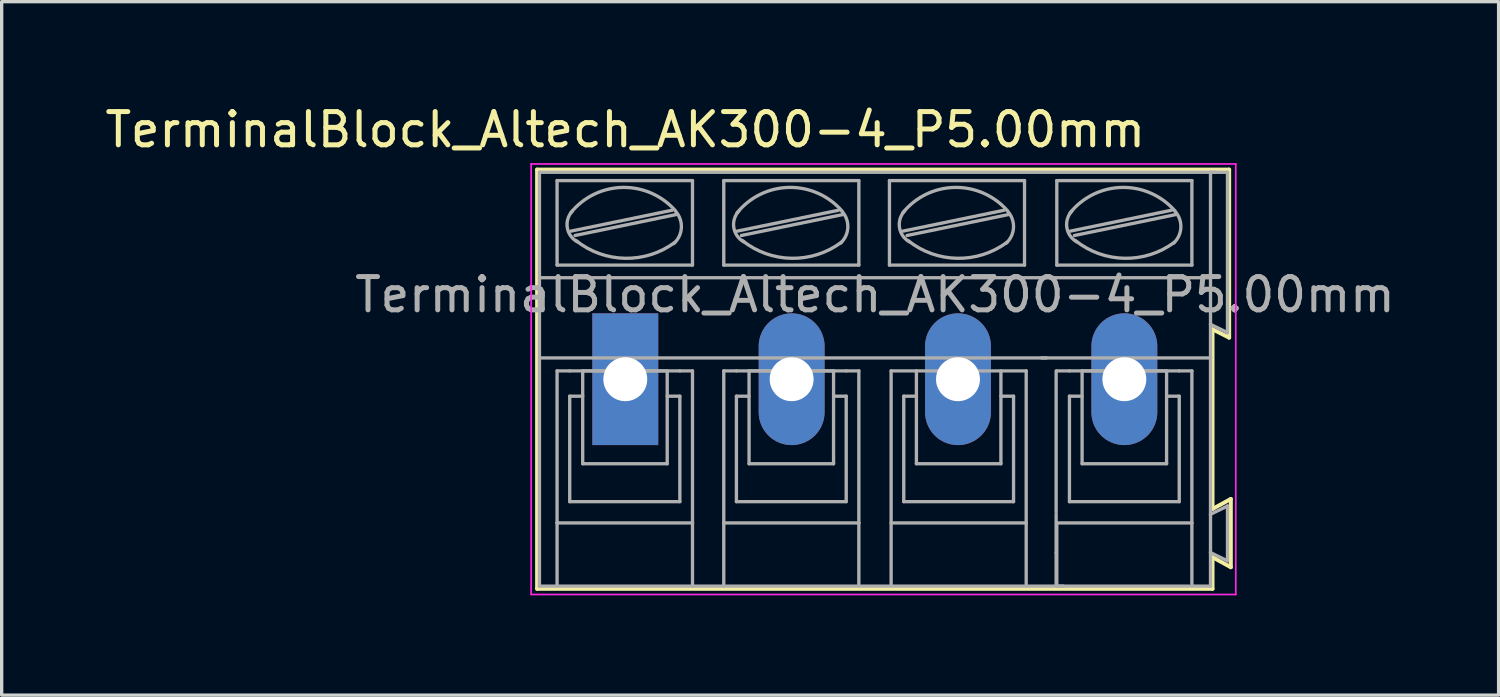
<source format=kicad_pcb>
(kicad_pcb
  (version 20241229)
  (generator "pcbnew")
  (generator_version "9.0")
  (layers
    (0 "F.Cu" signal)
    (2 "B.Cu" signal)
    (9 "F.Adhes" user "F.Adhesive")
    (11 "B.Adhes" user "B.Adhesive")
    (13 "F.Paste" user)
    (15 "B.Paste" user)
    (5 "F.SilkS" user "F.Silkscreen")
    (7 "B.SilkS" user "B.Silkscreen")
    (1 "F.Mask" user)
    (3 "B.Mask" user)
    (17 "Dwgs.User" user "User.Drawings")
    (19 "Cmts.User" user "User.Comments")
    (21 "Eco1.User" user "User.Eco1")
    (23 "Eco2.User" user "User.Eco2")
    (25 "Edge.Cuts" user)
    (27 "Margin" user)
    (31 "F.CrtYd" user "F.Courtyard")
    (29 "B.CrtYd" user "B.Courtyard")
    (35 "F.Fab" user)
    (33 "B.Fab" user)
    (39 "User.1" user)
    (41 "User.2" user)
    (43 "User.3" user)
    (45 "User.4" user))
  (footprint "TerminalBlock_Altech_AK300-4_P5.00mm"
    (layer "F.Cu")
    (at 15.744 8.348)
    (property "Reference" "TerminalBlock_Altech_AK300-4_P5.00mm" (at 0 -7.5 0) (layer "F.SilkS") (effects (font (size 1 1) (thickness 0.15))))
    (attr through_hole)
    (fp_line (start -2.65 -6.3) (end 18.15 -6.3) (stroke (width 0.12) (type solid)) (layer "F.SilkS"))
    (fp_line (start -2.65 6.3) (end -2.65 -6.3) (stroke (width 0.12) (type solid)) (layer "F.SilkS"))
    (fp_line (start 17.65 -1.5) (end 17.65 3.9) (stroke (width 0.12) (type solid)) (layer "F.SilkS"))
    (fp_line (start 17.65 3.9) (end 18.2 3.6) (stroke (width 0.12) (type solid)) (layer "F.SilkS"))
    (fp_line (start 17.65 5.35) (end 17.65 6.3) (stroke (width 0.12) (type solid)) (layer "F.SilkS"))
    (fp_line (start 17.65 6.3) (end -2.65 6.3) (stroke (width 0.12) (type solid)) (layer "F.SilkS"))
    (fp_line (start 18.15 -6.3) (end 18.15 -1.25) (stroke (width 0.12) (type solid)) (layer "F.SilkS"))
    (fp_line (start 18.15 -1.25) (end 17.65 -1.5) (stroke (width 0.12) (type solid)) (layer "F.SilkS"))
    (fp_line (start 18.2 3.6) (end 18.2 5.65) (stroke (width 0.12) (type solid)) (layer "F.SilkS"))
    (fp_line (start 18.2 5.65) (end 17.65 5.35) (stroke (width 0.12) (type solid)) (layer "F.SilkS"))
    (fp_line (start -2.83 -6.47) (end -2.83 6.47) (stroke (width 0.05) (type solid)) (layer "F.CrtYd"))
    (fp_line (start -2.83 -6.47) (end 18.35 -6.47) (stroke (width 0.05) (type solid)) (layer "F.CrtYd"))
    (fp_line (start 18.35 6.47) (end -2.83 6.47) (stroke (width 0.05) (type solid)) (layer "F.CrtYd"))
    (fp_line (start 18.35 6.47) (end 18.35 -6.47) (stroke (width 0.05) (type solid)) (layer "F.CrtYd"))
    (fp_line (start -2.58 -3.17) (end -2.58 -6.22) (stroke (width 0.1) (type solid)) (layer "F.Fab"))
    (fp_line (start -2.58 -0.64) (end -2.58 -3.17) (stroke (width 0.1) (type solid)) (layer "F.Fab"))
    (fp_line (start -2.58 6.22) (end -2.58 -0.64) (stroke (width 0.1) (type solid)) (layer "F.Fab"))
    (fp_line (start -2.58 6.22) (end -2.05 6.22) (stroke (width 0.1) (type solid)) (layer "F.Fab"))
    (fp_line (start -2.05 -3.43) (end -2.05 -5.97) (stroke (width 0.1) (type solid)) (layer "F.Fab"))
    (fp_line (start -2.05 -0.25) (end -2.05 4.32) (stroke (width 0.1) (type solid)) (layer "F.Fab"))
    (fp_line (start -2.05 -0.25) (end -1.67 -0.25) (stroke (width 0.1) (type solid)) (layer "F.Fab"))
    (fp_line (start -2.05 4.32) (end -2.05 6.22) (stroke (width 0.1) (type solid)) (layer "F.Fab"))
    (fp_line (start -2.05 6.22) (end 2.02 6.22) (stroke (width 0.1) (type solid)) (layer "F.Fab"))
    (fp_line (start -1.67 0.51) (end -1.28 0.51) (stroke (width 0.1) (type solid)) (layer "F.Fab"))
    (fp_line (start -1.67 3.68) (end -1.67 0.51) (stroke (width 0.1) (type solid)) (layer "F.Fab"))
    (fp_line (start -1.64 -4.45) (end 1.41 -5.08) (stroke (width 0.1) (type solid)) (layer "F.Fab"))
    (fp_line (start -1.51 -4.32) (end 1.53 -4.95) (stroke (width 0.1) (type solid)) (layer "F.Fab"))
    (fp_line (start -1.28 -0.25) (end 1.26 -0.25) (stroke (width 0.1) (type solid)) (layer "F.Fab"))
    (fp_line (start -1.28 2.54) (end -1.28 -0.25) (stroke (width 0.1) (type solid)) (layer "F.Fab"))
    (fp_line (start -1.28 2.54) (end 1.26 2.54) (stroke (width 0.1) (type solid)) (layer "F.Fab"))
    (fp_line (start 1.26 2.54) (end 1.26 -0.25) (stroke (width 0.1) (type solid)) (layer "F.Fab"))
    (fp_line (start 1.64 -0.25) (end -1.67 -0.25) (stroke (width 0.1) (type solid)) (layer "F.Fab"))
    (fp_line (start 1.64 0.51) (end 1.26 0.51) (stroke (width 0.1) (type solid)) (layer "F.Fab"))
    (fp_line (start 1.64 3.68) (end -1.67 3.68) (stroke (width 0.1) (type solid)) (layer "F.Fab"))
    (fp_line (start 1.64 3.68) (end 1.64 0.51) (stroke (width 0.1) (type solid)) (layer "F.Fab"))
    (fp_line (start 2.02 -5.97) (end -2.05 -5.97) (stroke (width 0.1) (type solid)) (layer "F.Fab"))
    (fp_line (start 2.02 -3.43) (end -2.05 -3.43) (stroke (width 0.1) (type solid)) (layer "F.Fab"))
    (fp_line (start 2.02 -3.43) (end 2.02 -5.97) (stroke (width 0.1) (type solid)) (layer "F.Fab"))
    (fp_line (start 2.02 -0.25) (end 1.64 -0.25) (stroke (width 0.1) (type solid)) (layer "F.Fab"))
    (fp_line (start 2.02 4.32) (end -2.05 4.32) (stroke (width 0.1) (type solid)) (layer "F.Fab"))
    (fp_line (start 2.02 4.32) (end 2.02 -0.25) (stroke (width 0.1) (type solid)) (layer "F.Fab"))
    (fp_line (start 2.02 6.22) (end 2.02 4.32) (stroke (width 0.1) (type solid)) (layer "F.Fab"))
    (fp_line (start 2.02 6.22) (end 2.96 6.22) (stroke (width 0.1) (type solid)) (layer "F.Fab"))
    (fp_line (start 2.96 -5.97) (end 7.02 -5.97) (stroke (width 0.1) (type solid)) (layer "F.Fab"))
    (fp_line (start 2.96 -3.43) (end 2.96 -5.97) (stroke (width 0.1) (type solid)) (layer "F.Fab"))
    (fp_line (start 2.96 -0.25) (end 3.34 -0.25) (stroke (width 0.1) (type solid)) (layer "F.Fab"))
    (fp_line (start 2.96 4.32) (end 2.96 -0.25) (stroke (width 0.1) (type solid)) (layer "F.Fab"))
    (fp_line (start 2.96 4.32) (end 7.02 4.32) (stroke (width 0.1) (type solid)) (layer "F.Fab"))
    (fp_line (start 2.96 6.22) (end 2.96 4.32) (stroke (width 0.1) (type solid)) (layer "F.Fab"))
    (fp_line (start 2.96 6.22) (end 7.02 6.22) (stroke (width 0.1) (type solid)) (layer "F.Fab"))
    (fp_line (start 3.34 -0.25) (end 6.64 -0.25) (stroke (width 0.1) (type solid)) (layer "F.Fab"))
    (fp_line (start 3.34 0.51) (end 3.72 0.51) (stroke (width 0.1) (type solid)) (layer "F.Fab"))
    (fp_line (start 3.34 3.68) (end 3.34 0.51) (stroke (width 0.1) (type solid)) (layer "F.Fab"))
    (fp_line (start 3.36 -4.45) (end 6.41 -5.08) (stroke (width 0.1) (type solid)) (layer "F.Fab"))
    (fp_line (start 3.49 -4.32) (end 6.54 -4.95) (stroke (width 0.1) (type solid)) (layer "F.Fab"))
    (fp_line (start 3.72 -0.25) (end 6.26 -0.25) (stroke (width 0.1) (type solid)) (layer "F.Fab"))
    (fp_line (start 3.72 2.54) (end 3.72 -0.25) (stroke (width 0.1) (type solid)) (layer "F.Fab"))
    (fp_line (start 3.72 2.54) (end 6.26 2.54) (stroke (width 0.1) (type solid)) (layer "F.Fab"))
    (fp_line (start 6.26 2.54) (end 6.26 -0.25) (stroke (width 0.1) (type solid)) (layer "F.Fab"))
    (fp_line (start 6.64 0.51) (end 6.26 0.51) (stroke (width 0.1) (type solid)) (layer "F.Fab"))
    (fp_line (start 6.64 3.68) (end 3.34 3.68) (stroke (width 0.1) (type solid)) (layer "F.Fab"))
    (fp_line (start 6.64 3.68) (end 6.64 0.51) (stroke (width 0.1) (type solid)) (layer "F.Fab"))
    (fp_line (start 7.02 -5.97) (end 7.02 -3.43) (stroke (width 0.1) (type solid)) (layer "F.Fab"))
    (fp_line (start 7.02 -3.43) (end 2.96 -3.43) (stroke (width 0.1) (type solid)) (layer "F.Fab"))
    (fp_line (start 7.02 -0.25) (end 6.64 -0.25) (stroke (width 0.1) (type solid)) (layer "F.Fab"))
    (fp_line (start 7.02 -0.25) (end 7.02 4.32) (stroke (width 0.1) (type solid)) (layer "F.Fab"))
    (fp_line (start 7.02 4.32) (end 7.02 6.22) (stroke (width 0.1) (type solid)) (layer "F.Fab"))
    (fp_line (start 7.94 -5.97) (end 12 -5.97) (stroke (width 0.1) (type solid)) (layer "F.Fab"))
    (fp_line (start 7.94 -3.43) (end 7.94 -5.97) (stroke (width 0.1) (type solid)) (layer "F.Fab"))
    (fp_line (start 7.99 -0.25) (end 12.05 -0.25) (stroke (width 0.1) (type solid)) (layer "F.Fab"))
    (fp_line (start 7.99 4.32) (end 12.05 4.32) (stroke (width 0.1) (type solid)) (layer "F.Fab"))
    (fp_line (start 7.99 6.22) (end 7.99 -0.25) (stroke (width 0.1) (type solid)) (layer "F.Fab"))
    (fp_line (start 8.34 -4.45) (end 11.39 -5.08) (stroke (width 0.1) (type solid)) (layer "F.Fab"))
    (fp_line (start 8.37 0.51) (end 8.37 3.68) (stroke (width 0.1) (type solid)) (layer "F.Fab"))
    (fp_line (start 8.37 0.51) (end 8.75 0.51) (stroke (width 0.1) (type solid)) (layer "F.Fab"))
    (fp_line (start 8.37 3.68) (end 11.67 3.68) (stroke (width 0.1) (type solid)) (layer "F.Fab"))
    (fp_line (start 8.47 -4.32) (end 11.52 -4.95) (stroke (width 0.1) (type solid)) (layer "F.Fab"))
    (fp_line (start 8.75 -0.25) (end 8.75 2.54) (stroke (width 0.1) (type solid)) (layer "F.Fab"))
    (fp_line (start 8.75 2.54) (end 11.29 2.54) (stroke (width 0.1) (type solid)) (layer "F.Fab"))
    (fp_line (start 11.29 2.54) (end 11.29 -0.25) (stroke (width 0.1) (type solid)) (layer "F.Fab"))
    (fp_line (start 11.67 0.51) (end 11.29 0.51) (stroke (width 0.1) (type solid)) (layer "F.Fab"))
    (fp_line (start 11.67 3.68) (end 11.67 0.51) (stroke (width 0.1) (type solid)) (layer "F.Fab"))
    (fp_line (start 12 -5.97) (end 12 -3.43) (stroke (width 0.1) (type solid)) (layer "F.Fab"))
    (fp_line (start 12 -3.43) (end 7.94 -3.43) (stroke (width 0.1) (type solid)) (layer "F.Fab"))
    (fp_line (start 12.05 6.22) (end 12.05 -0.25) (stroke (width 0.1) (type solid)) (layer "F.Fab"))
    (fp_line (start 12.51 -0.64) (end 17.59 -0.64) (stroke (width 0.1) (type solid)) (layer "F.Fab"))
    (fp_line (start 12.66 -0.64) (end -2.52 -0.64) (stroke (width 0.1) (type solid)) (layer "F.Fab"))
    (fp_line (start 12.95 4) (end 12.95 -0.25) (stroke (width 0.1) (type solid)) (layer "F.Fab"))
    (fp_line (start 12.95 4.06) (end 12.95 5.21) (stroke (width 0.1) (type solid)) (layer "F.Fab"))
    (fp_line (start 12.95 5.21) (end 12.95 6.22) (stroke (width 0.1) (type solid)) (layer "F.Fab"))
    (fp_line (start 12.97 -5.97) (end 17.03 -5.97) (stroke (width 0.1) (type solid)) (layer "F.Fab"))
    (fp_line (start 12.97 -3.43) (end 12.97 -5.97) (stroke (width 0.1) (type solid)) (layer "F.Fab"))
    (fp_line (start 12.97 -0.25) (end 13.35 -0.25) (stroke (width 0.1) (type solid)) (layer "F.Fab"))
    (fp_line (start 12.97 4.32) (end 17.03 4.32) (stroke (width 0.1) (type solid)) (layer "F.Fab"))
    (fp_line (start 12.97 6.22) (end 12.97 4.32) (stroke (width 0.1) (type solid)) (layer "F.Fab"))
    (fp_line (start 13.17 6.22) (end 7.07 6.22) (stroke (width 0.1) (type solid)) (layer "F.Fab"))
    (fp_line (start 13.35 -0.25) (end 16.65 -0.25) (stroke (width 0.1) (type solid)) (layer "F.Fab"))
    (fp_line (start 13.35 0.51) (end 13.73 0.51) (stroke (width 0.1) (type solid)) (layer "F.Fab"))
    (fp_line (start 13.35 3.68) (end 13.35 0.51) (stroke (width 0.1) (type solid)) (layer "F.Fab"))
    (fp_line (start 13.37 -4.45) (end 16.42 -5.08) (stroke (width 0.1) (type solid)) (layer "F.Fab"))
    (fp_line (start 13.5 -4.32) (end 16.55 -4.95) (stroke (width 0.1) (type solid)) (layer "F.Fab"))
    (fp_line (start 13.73 -0.25) (end 16.27 -0.25) (stroke (width 0.1) (type solid)) (layer "F.Fab"))
    (fp_line (start 13.73 2.54) (end 13.73 -0.25) (stroke (width 0.1) (type solid)) (layer "F.Fab"))
    (fp_line (start 13.73 2.54) (end 16.27 2.54) (stroke (width 0.1) (type solid)) (layer "F.Fab"))
    (fp_line (start 16.27 2.54) (end 16.27 -0.25) (stroke (width 0.1) (type solid)) (layer "F.Fab"))
    (fp_line (start 16.65 0.51) (end 16.27 0.51) (stroke (width 0.1) (type solid)) (layer "F.Fab"))
    (fp_line (start 16.65 3.68) (end 13.35 3.68) (stroke (width 0.1) (type solid)) (layer "F.Fab"))
    (fp_line (start 16.65 3.68) (end 16.65 0.51) (stroke (width 0.1) (type solid)) (layer "F.Fab"))
    (fp_line (start 16.95 6.22) (end 13.02 6.22) (stroke (width 0.1) (type solid)) (layer "F.Fab"))
    (fp_line (start 17.03 -5.97) (end 17.03 -3.43) (stroke (width 0.1) (type solid)) (layer "F.Fab"))
    (fp_line (start 17.03 -3.43) (end 12.97 -3.43) (stroke (width 0.1) (type solid)) (layer "F.Fab"))
    (fp_line (start 17.03 -0.25) (end 16.65 -0.25) (stroke (width 0.1) (type solid)) (layer "F.Fab"))
    (fp_line (start 17.03 -0.25) (end 17.03 4.32) (stroke (width 0.1) (type solid)) (layer "F.Fab"))
    (fp_line (start 17.03 4.32) (end 17.03 6.22) (stroke (width 0.1) (type solid)) (layer "F.Fab"))
    (fp_line (start 17.03 6.22) (end 17.59 6.22) (stroke (width 0.1) (type solid)) (layer "F.Fab"))
    (fp_line (start 17.59 -6.22) (end 17.59 -3.17) (stroke (width 0.1) (type solid)) (layer "F.Fab"))
    (fp_line (start 17.59 -6.22) (end 18.1 -6.22) (stroke (width 0.1) (type solid)) (layer "F.Fab"))
    (fp_line (start 17.59 -3.17) (end 17.59 -1.65) (stroke (width 0.1) (type solid)) (layer "F.Fab"))
    (fp_line (start 17.59 -3.05) (end -2.58 -3.05) (stroke (width 0.1) (type solid)) (layer "F.Fab"))
    (fp_line (start 17.59 -1.65) (end 17.59 -0.64) (stroke (width 0.1) (type solid)) (layer "F.Fab"))
    (fp_line (start 17.59 -0.64) (end 17.59 4.06) (stroke (width 0.1) (type solid)) (layer "F.Fab"))
    (fp_line (start 17.59 4.06) (end 17.59 5.21) (stroke (width 0.1) (type solid)) (layer "F.Fab"))
    (fp_line (start 17.59 5.21) (end 17.59 6.22) (stroke (width 0.1) (type solid)) (layer "F.Fab"))
    (fp_line (start 17.74 -6.22) (end -2.58 -6.22) (stroke (width 0.1) (type solid)) (layer "F.Fab"))
    (fp_line (start 18.1 -6.22) (end 18.1 -1.4) (stroke (width 0.1) (type solid)) (layer "F.Fab"))
    (fp_line (start 18.1 -1.4) (end 17.59 -1.65) (stroke (width 0.1) (type solid)) (layer "F.Fab"))
    (fp_line (start 18.1 3.81) (end 17.59 4.06) (stroke (width 0.1) (type solid)) (layer "F.Fab"))
    (fp_line (start 18.1 3.81) (end 18.1 5.46) (stroke (width 0.1) (type solid)) (layer "F.Fab"))
    (fp_line (start 18.1 5.46) (end 17.59 5.21) (stroke (width 0.1) (type solid)) (layer "F.Fab"))
    (fp_arc (start -1.64 -5) (mid -0.080263 -5.764867) (end 1.508239 -5.061686) (stroke (width 0.1) (type solid)) (layer "F.Fab"))
    (fp_arc (start -1.44 -4.13) (mid -1.742324 -4.551515) (end -1.595426 -5.049005) (stroke (width 0.1) (type solid)) (layer "F.Fab"))
    (fp_arc (start 1.5 -4.12) (mid 0.000583 -3.634318) (end -1.482333 -4.168263) (stroke (width 0.1) (type solid)) (layer "F.Fab"))
    (fp_arc (start 1.51 -5.05) (mid 1.685733 -4.551652) (end 1.455532 -4.076005) (stroke (width 0.1) (type solid)) (layer "F.Fab"))
    (fp_arc (start 3.36 -5) (mid 4.919737 -5.764867) (end 6.508239 -5.061686) (stroke (width 0.1) (type solid)) (layer "F.Fab"))
    (fp_arc (start 3.56 -4.13) (mid 3.261534 -4.559406) (end 3.417028 -5.058699) (stroke (width 0.1) (type solid)) (layer "F.Fab"))
    (fp_arc (start 6.5 -4.12) (mid 5.000583 -3.634318) (end 3.517667 -4.168263) (stroke (width 0.1) (type solid)) (layer "F.Fab"))
    (fp_arc (start 6.51 -5.05) (mid 6.688693 -4.558754) (end 6.465619 -4.086005) (stroke (width 0.1) (type solid)) (layer "F.Fab"))
    (fp_arc (start 8.34 -5) (mid 9.899737 -5.764867) (end 11.488239 -5.061686) (stroke (width 0.1) (type solid)) (layer "F.Fab"))
    (fp_arc (start 8.54 -4.13) (mid 8.241534 -4.559406) (end 8.397028 -5.058699) (stroke (width 0.1) (type solid)) (layer "F.Fab"))
    (fp_arc (start 11.48 -4.12) (mid 9.980583 -3.634318) (end 8.497667 -4.168263) (stroke (width 0.1) (type solid)) (layer "F.Fab"))
    (fp_arc (start 11.49 -5.05) (mid 11.668693 -4.558754) (end 11.445619 -4.086005) (stroke (width 0.1) (type solid)) (layer "F.Fab"))
    (fp_arc (start 13.37 -5) (mid 14.929737 -5.764867) (end 16.518239 -5.061686) (stroke (width 0.1) (type solid)) (layer "F.Fab"))
    (fp_arc (start 13.57 -4.13) (mid 13.271534 -4.559406) (end 13.427028 -5.058699) (stroke (width 0.1) (type solid)) (layer "F.Fab"))
    (fp_arc (start 16.51 -4.12) (mid 15.010583 -3.634318) (end 13.527667 -4.168263) (stroke (width 0.1) (type solid)) (layer "F.Fab"))
    (fp_arc (start 16.52 -5.05) (mid 16.698693 -4.558754) (end 16.475619 -4.086005) (stroke (width 0.1) (type solid)) (layer "F.Fab"))
    (fp_text user "${REFERENCE}" (at 7.505 -2.54 0) (layer "F.Fab") (effects (font (size 1 1) (thickness 0.15))))
    (pad "1" thru_hole rect (at 0 0) (size 1.98 3.96) (drill 1.32) (layers "*.Cu" "*.Mask"))
    (pad "2" thru_hole oval (at 5 0) (size 1.98 3.96) (drill 1.32) (layers "*.Cu" "*.Mask"))
    (pad "3" thru_hole oval (at 10 0) (size 1.98 3.96) (drill 1.32) (layers "*.Cu" "*.Mask"))
    (pad "4" thru_hole oval (at 15 0) (size 1.98 3.96) (drill 1.32) (layers "*.Cu" "*.Mask")))
  (gr_rect
    (start -3 -3)
    (end 41.993 17.843)
    (stroke (width 0.1) (type default))
    (fill no)
    (layer "Edge.Cuts")))
</source>
